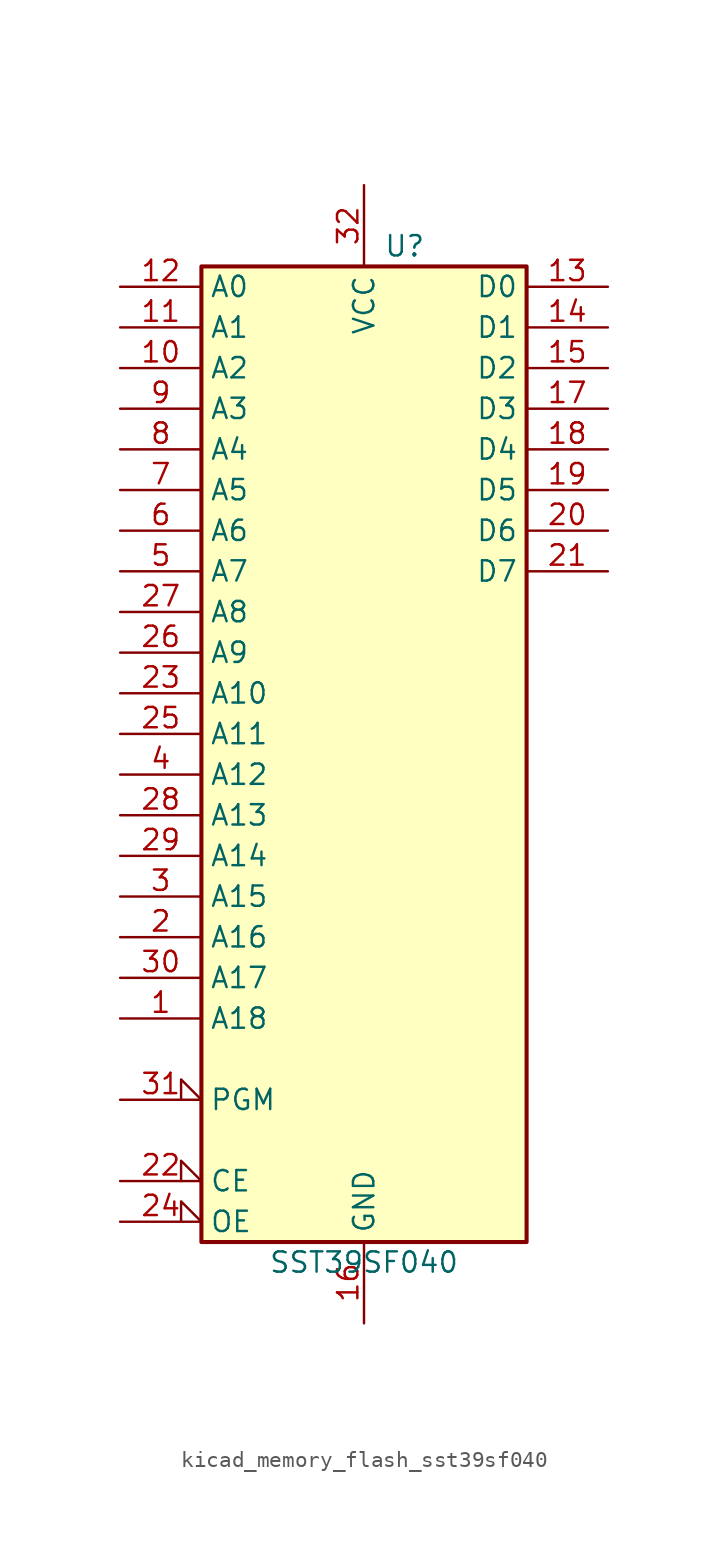
<source format=kicad_sym>
(kicad_symbol_lib
  (version 20220914)
  (generator kicad_symbol_editor)
  (symbol "kicad_memory_flash_sst39sf040"
    (property "Reference" "U"
      (at 2.54 33.02 0)
      (effects (font (size 1.27 1.27))))
    (property "Value" "SST39SF040"
      (at 0 -30.48 0)
      (effects (font (size 1.27 1.27))))
    (symbol "kicad_memory_flash_sst39sf040_0_0"
      (pin power_in line (at 0 -34.29 90) (length 5.08) (name "GND" (effects (font (size 1.27 1.27)))) (number "16" (effects (font (size 1.27 1.27)))))
      (pin power_in line (at 0 36.83 270) (length 5.08) (name "VCC" (effects (font (size 1.27 1.27)))) (number "32" (effects (font (size 1.27 1.27))))))
    (symbol "kicad_memory_flash_sst39sf040_0_1"
      (rectangle (start -10.16 31.75) (end 10.16 -29.21) (stroke (width 0.254) (type default)) (fill (type background))))
    (symbol "kicad_memory_flash_sst39sf040_1_1"
      (pin input line (at -15.24 -15.24 0) (length 5.08) (name "A18" (effects (font (size 1.27 1.27)))) (number "1" (effects (font (size 1.27 1.27)))))
      (pin input line (at -15.24 25.4 0) (length 5.08) (name "A2" (effects (font (size 1.27 1.27)))) (number "10" (effects (font (size 1.27 1.27)))))
      (pin input line (at -15.24 27.94 0) (length 5.08) (name "A1" (effects (font (size 1.27 1.27)))) (number "11" (effects (font (size 1.27 1.27)))))
      (pin input line (at -15.24 30.48 0) (length 5.08) (name "A0" (effects (font (size 1.27 1.27)))) (number "12" (effects (font (size 1.27 1.27)))))
      (pin tri_state line (at 15.24 30.48 180) (length 5.08) (name "D0" (effects (font (size 1.27 1.27)))) (number "13" (effects (font (size 1.27 1.27)))))
      (pin tri_state line (at 15.24 27.94 180) (length 5.08) (name "D1" (effects (font (size 1.27 1.27)))) (number "14" (effects (font (size 1.27 1.27)))))
      (pin tri_state line (at 15.24 25.4 180) (length 5.08) (name "D2" (effects (font (size 1.27 1.27)))) (number "15" (effects (font (size 1.27 1.27)))))
      (pin tri_state line (at 15.24 22.86 180) (length 5.08) (name "D3" (effects (font (size 1.27 1.27)))) (number "17" (effects (font (size 1.27 1.27)))))
      (pin tri_state line (at 15.24 20.32 180) (length 5.08) (name "D4" (effects (font (size 1.27 1.27)))) (number "18" (effects (font (size 1.27 1.27)))))
      (pin tri_state line (at 15.24 17.78 180) (length 5.08) (name "D5" (effects (font (size 1.27 1.27)))) (number "19" (effects (font (size 1.27 1.27)))))
      (pin input line (at -15.24 -10.16 0) (length 5.08) (name "A16" (effects (font (size 1.27 1.27)))) (number "2" (effects (font (size 1.27 1.27)))))
      (pin tri_state line (at 15.24 15.24 180) (length 5.08) (name "D6" (effects (font (size 1.27 1.27)))) (number "20" (effects (font (size 1.27 1.27)))))
      (pin tri_state line (at 15.24 12.7 180) (length 5.08) (name "D7" (effects (font (size 1.27 1.27)))) (number "21" (effects (font (size 1.27 1.27)))))
      (pin input input_low (at -15.24 -25.4 0) (length 5.08) (name "CE" (effects (font (size 1.27 1.27)))) (number "22" (effects (font (size 1.27 1.27)))))
      (pin input line (at -15.24 5.08 0) (length 5.08) (name "A10" (effects (font (size 1.27 1.27)))) (number "23" (effects (font (size 1.27 1.27)))))
      (pin input input_low (at -15.24 -27.94 0) (length 5.08) (name "OE" (effects (font (size 1.27 1.27)))) (number "24" (effects (font (size 1.27 1.27)))))
      (pin input line (at -15.24 2.54 0) (length 5.08) (name "A11" (effects (font (size 1.27 1.27)))) (number "25" (effects (font (size 1.27 1.27)))))
      (pin input line (at -15.24 7.62 0) (length 5.08) (name "A9" (effects (font (size 1.27 1.27)))) (number "26" (effects (font (size 1.27 1.27)))))
      (pin input line (at -15.24 10.16 0) (length 5.08) (name "A8" (effects (font (size 1.27 1.27)))) (number "27" (effects (font (size 1.27 1.27)))))
      (pin input line (at -15.24 -2.54 0) (length 5.08) (name "A13" (effects (font (size 1.27 1.27)))) (number "28" (effects (font (size 1.27 1.27)))))
      (pin input line (at -15.24 -5.08 0) (length 5.08) (name "A14" (effects (font (size 1.27 1.27)))) (number "29" (effects (font (size 1.27 1.27)))))
      (pin input line (at -15.24 -7.62 0) (length 5.08) (name "A15" (effects (font (size 1.27 1.27)))) (number "3" (effects (font (size 1.27 1.27)))))
      (pin input line (at -15.24 -12.7 0) (length 5.08) (name "A17" (effects (font (size 1.27 1.27)))) (number "30" (effects (font (size 1.27 1.27)))))
      (pin input input_low (at -15.24 -20.32 0) (length 5.08) (name "PGM" (effects (font (size 1.27 1.27)))) (number "31" (effects (font (size 1.27 1.27)))))
      (pin input line (at -15.24 0 0) (length 5.08) (name "A12" (effects (font (size 1.27 1.27)))) (number "4" (effects (font (size 1.27 1.27)))))
      (pin input line (at -15.24 12.7 0) (length 5.08) (name "A7" (effects (font (size 1.27 1.27)))) (number "5" (effects (font (size 1.27 1.27)))))
      (pin input line (at -15.24 15.24 0) (length 5.08) (name "A6" (effects (font (size 1.27 1.27)))) (number "6" (effects (font (size 1.27 1.27)))))
      (pin input line (at -15.24 17.78 0) (length 5.08) (name "A5" (effects (font (size 1.27 1.27)))) (number "7" (effects (font (size 1.27 1.27)))))
      (pin input line (at -15.24 20.32 0) (length 5.08) (name "A4" (effects (font (size 1.27 1.27)))) (number "8" (effects (font (size 1.27 1.27)))))
      (pin input line (at -15.24 22.86 0) (length 5.08) (name "A3" (effects (font (size 1.27 1.27)))) (number "9" (effects (font (size 1.27 1.27))))))))
</source>
